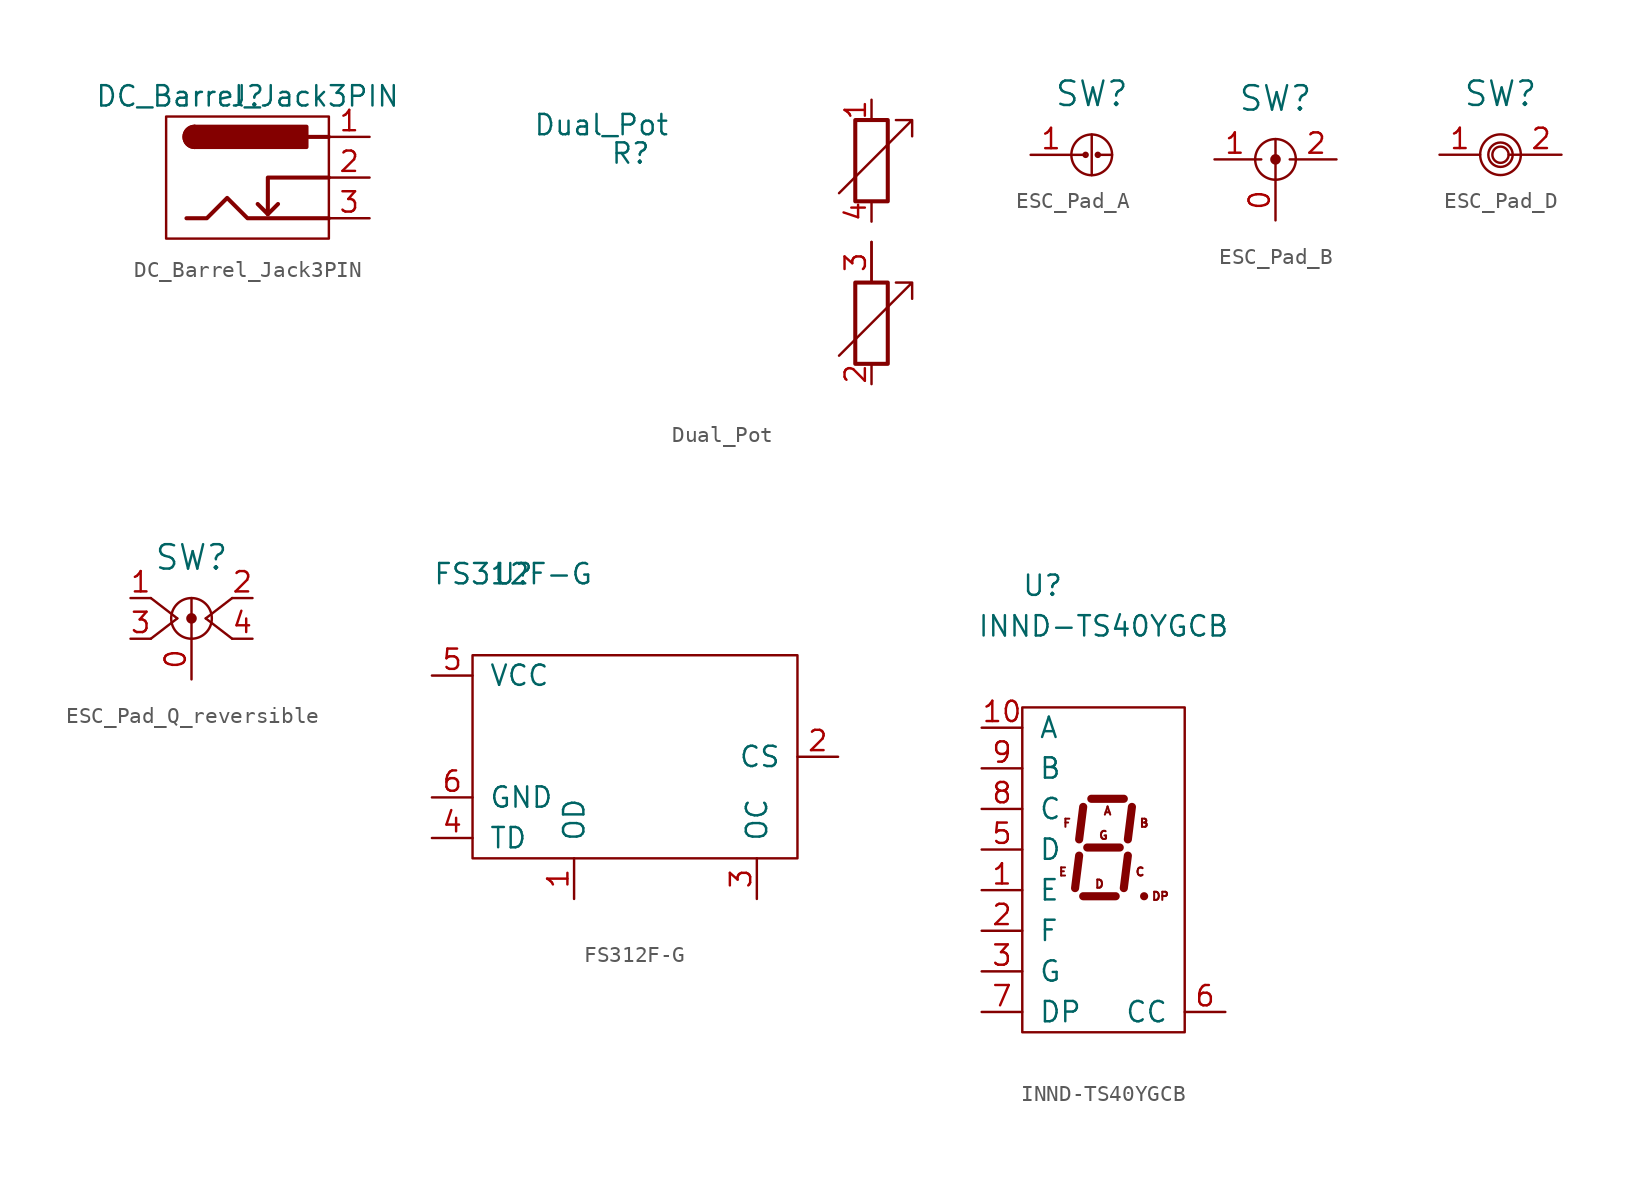
<source format=kicad_sym>
(kicad_symbol_lib
  (version 20211014)
  (generator kicad_symbol_editor)
  (symbol "DC_Barrel_Jack3PIN"
    (pin_names
      (offset 1.016))
    (property "Reference" "J"
      (at 0 0 0)
      (effects (font (size 1.27 1.27))))
    (property "Value" "DC_Barrel_Jack3PIN"
      (at 0 0 0)
      (effects (font (size 1.27 1.27))))
    (symbol "DC_Barrel_Jack3PIN_0_1"
      (rectangle (start -5.08 -1.27) (end 5.08 -8.89) (stroke (width 0) (type default) (color 0 0 0 0)) (fill (type none))))
    (symbol "DC_Barrel_Jack3PIN_1_1"
      (arc (start -3.302 -1.905) (mid -3.937 -2.54) (end -3.302 -3.175) (stroke (width 0.254) (type default) (color 0 0 0 0)) (fill (type none)))
      (arc (start -3.302 -1.905) (mid -3.937 -2.54) (end -3.302 -3.175) (stroke (width 0.254) (type default) (color 0 0 0 0)) (fill (type outline)))
      (polyline (pts (xy 1.27 -7.366) (xy 1.905 -6.731)) (stroke (width 0.254) (type default) (color 0 0 0 0)) (fill (type none)))
      (polyline (pts (xy 5.08 -2.54) (xy 3.81 -2.54)) (stroke (width 0.254) (type default) (color 0 0 0 0)) (fill (type none)))
      (polyline (pts (xy 5.08 -5.08) (xy 1.27 -5.08) (xy 1.27 -7.366) (xy 0.635 -6.731)) (stroke (width 0.254) (type default) (color 0 0 0 0)) (fill (type none)))
      (polyline (pts (xy -3.81 -7.62) (xy -2.54 -7.62) (xy -1.27 -6.35) (xy 0 -7.62) (xy 2.54 -7.62) (xy 5.08 -7.62)) (stroke (width 0.254) (type default) (color 0 0 0 0)) (fill (type none)))
      (rectangle (start 3.683 -1.905) (end -3.302 -3.175) (stroke (width 0.254) (type default) (color 0 0 0 0)) (fill (type outline)))
      (pin passive line (at 7.62 -2.54 180) (length 2.54) (name "~" (effects (font (size 1.27 1.27)))) (number "1" (effects (font (size 1.27 1.27)))))
      (pin passive line (at 7.62 -5.08 180) (length 2.54) (name "~" (effects (font (size 1.27 1.27)))) (number "2" (effects (font (size 1.27 1.27)))))
      (pin passive line (at 7.62 -7.62 180) (length 2.54) (name "~" (effects (font (size 1.27 1.27)))) (number "3" (effects (font (size 1.27 1.27)))))))
  (symbol "Dual_Pot"
    (pin_names
      (offset 1.016))
    (property "Reference" "R"
      (at 14.148 -7.163 0)
      (effects (font (size 1.27 1.27))))
    (property "Value" "Dual_Pot"
      (at 12.319 -5.385 0)
      (effects (font (size 1.27 1.27))))
    (symbol "Dual_Pot_0_0"
      (pin passive line (at 29.21 -12.7 270) (length 2.54) (name "~" (effects (font (size 1.27 1.27)))) (number "3" (effects (font (size 1.27 1.27))))))
    (symbol "Dual_Pot_0_1"
      (polyline (pts (xy 29.21 -12.7) (xy 29.21 -15.24)) (stroke (width 0) (type default) (color 0 0 0 0)) (fill (type none))))
    (symbol "Dual_Pot_1_1"
      (polyline (pts (xy 31.75 -16.256) (xy 31.75 -15.24) (xy 30.734 -15.24) (xy 31.75 -15.24) (xy 27.178 -19.812)) (stroke (width 0) (type default) (color 0 0 0 0)) (fill (type none)))
      (polyline (pts (xy 31.75 -6.096) (xy 31.75 -5.08) (xy 30.734 -5.08) (xy 31.75 -5.08) (xy 27.178 -9.652)) (stroke (width 0) (type default) (color 0 0 0 0)) (fill (type none)))
      (rectangle (start 28.194 -20.32) (end 30.226 -15.24) (stroke (width 0.254) (type default) (color 0 0 0 0)) (fill (type none)))
      (rectangle (start 28.194 -10.16) (end 30.226 -5.08) (stroke (width 0.254) (type default) (color 0 0 0 0)) (fill (type none)))
      (pin passive line (at 29.21 -3.81 270) (length 1.27) (name "~" (effects (font (size 1.27 1.27)))) (number "1" (effects (font (size 1.27 1.27)))))
      (pin passive line (at 29.21 -21.59 90) (length 1.27) (name "~" (effects (font (size 1.27 1.27)))) (number "2" (effects (font (size 1.27 1.27)))))
      (pin passive line (at 29.21 -11.43 90) (length 1.27) (name "~" (effects (font (size 1.27 1.27)))) (number "4" (effects (font (size 1.27 1.27)))))))
  (symbol "ESC_Pad_A"
    (pin_names
      (offset 1.016))
    (property "Reference" "SW"
      (at 0 3.81 0)
      (effects (font (size 1.524 1.524))))
    (symbol "ESC_Pad_A_0_1"
      (circle (center -0.381 0) (radius 0.127) (stroke (width 0) (type default) (color 0 0 0 0)) (fill (type none)))
      (polyline (pts (xy -0.381 0) (xy -1.27 0)) (stroke (width 0) (type default) (color 0 0 0 0)) (fill (type none)))
      (polyline (pts (xy 0 -1.27) (xy 0 1.27)) (stroke (width 0) (type default) (color 0 0 0 0)) (fill (type none)))
      (polyline (pts (xy 0.381 0) (xy 1.27 0)) (stroke (width 0) (type default) (color 0 0 0 0)) (fill (type none)))
      (circle (center 0 0) (radius 1.27) (stroke (width 0) (type default) (color 0 0 0 0)) (fill (type none)))
      (circle (center 0.381 0) (radius 0.127) (stroke (width 0) (type default) (color 0 0 0 0)) (fill (type none))))
    (symbol "ESC_Pad_A_1_1"
      (pin passive line (at -3.81 0 0) (length 2.54) (name "~" (effects (font (size 1.27 1.27)))) (number "1" (effects (font (size 1.27 1.27)))))))
  (symbol "ESC_Pad_B"
    (pin_names
      (offset 1.016))
    (property "Reference" "SW"
      (at 0 3.81 0)
      (effects (font (size 1.524 1.524))))
    (symbol "ESC_Pad_B_0_1"
      (polyline (pts (xy -0.889 0) (xy -1.27 0)) (stroke (width 0) (type default) (color 0 0 0 0)) (fill (type none)))
      (polyline (pts (xy 0 -1.27) (xy 0 1.27)) (stroke (width 0) (type default) (color 0 0 0 0)) (fill (type none)))
      (polyline (pts (xy 1.27 0) (xy 0.889 0)) (stroke (width 0) (type default) (color 0 0 0 0)) (fill (type none)))
      (circle (center 0 0) (radius 0.254) (stroke (width 0) (type default) (color 0 0 0 0)) (fill (type outline)))
      (circle (center 0 0) (radius 1.27) (stroke (width 0) (type default) (color 0 0 0 0)) (fill (type none))))
    (symbol "ESC_Pad_B_1_1"
      (pin passive line (at 0 -3.81 90) (length 2.54) (name "~" (effects (font (size 1.27 1.27)))) (number "0" (effects (font (size 1.27 1.27)))))
      (pin passive line (at -3.81 0 0) (length 2.54) (name "~" (effects (font (size 1.27 1.27)))) (number "1" (effects (font (size 1.27 1.27)))))
      (pin passive line (at 3.81 0 180) (length 2.54) (name "~" (effects (font (size 1.27 1.27)))) (number "2" (effects (font (size 1.27 1.27)))))))
  (symbol "ESC_Pad_D"
    (pin_names
      (offset 1.016))
    (property "Reference" "SW"
      (at 0 3.81 0)
      (effects (font (size 1.524 1.524))))
    (symbol "ESC_Pad_D_0_1"
      (polyline (pts (xy 1.27 0) (xy 0.508 0)) (stroke (width 0) (type default) (color 0 0 0 0)) (fill (type none)))
      (circle (center 0 0) (radius 0.508) (stroke (width 0) (type default) (color 0 0 0 0)) (fill (type none)))
      (circle (center 0 0) (radius 0.762) (stroke (width 0) (type default) (color 0 0 0 0)) (fill (type none)))
      (circle (center 0 0) (radius 1.27) (stroke (width 0) (type default) (color 0 0 0 0)) (fill (type none))))
    (symbol "ESC_Pad_D_1_1"
      (pin passive line (at -3.81 0 0) (length 2.54) (name "~" (effects (font (size 1.27 1.27)))) (number "1" (effects (font (size 1.27 1.27)))))
      (pin passive line (at 3.81 0 180) (length 2.54) (name "~" (effects (font (size 1.27 1.27)))) (number "2" (effects (font (size 1.27 1.27)))))))
  (symbol "ESC_Pad_Q_reversible"
    (pin_names
      (offset 1.016))
    (property "Reference" "SW"
      (at 0 3.81 0)
      (effects (font (size 1.524 1.524))))
    (symbol "ESC_Pad_Q_reversible_0_1"
      (polyline (pts (xy -2.54 -1.27) (xy -0.889 0)) (stroke (width 0) (type default) (color 0 0 0 0)) (fill (type none)))
      (polyline (pts (xy -2.54 1.27) (xy -0.889 0)) (stroke (width 0) (type default) (color 0 0 0 0)) (fill (type none)))
      (polyline (pts (xy 0 -1.27) (xy 0 1.27)) (stroke (width 0) (type default) (color 0 0 0 0)) (fill (type none)))
      (polyline (pts (xy 2.54 -1.27) (xy 0.889 0)) (stroke (width 0) (type default) (color 0 0 0 0)) (fill (type none)))
      (polyline (pts (xy 2.54 1.27) (xy 0.889 0)) (stroke (width 0) (type default) (color 0 0 0 0)) (fill (type none)))
      (circle (center 0 0) (radius 0.254) (stroke (width 0) (type default) (color 0 0 0 0)) (fill (type outline)))
      (circle (center 0 0) (radius 1.27) (stroke (width 0) (type default) (color 0 0 0 0)) (fill (type none))))
    (symbol "ESC_Pad_Q_reversible_1_1"
      (pin passive line (at 0 -3.81 90) (length 2.54) (name "~" (effects (font (size 1.27 1.27)))) (number "0" (effects (font (size 1.27 1.27)))))
      (pin passive line (at -3.81 1.27 0) (length 1.27) (name "~" (effects (font (size 1.27 1.27)))) (number "1" (effects (font (size 1.27 1.27)))))
      (pin passive line (at 3.81 1.27 180) (length 1.27) (name "~" (effects (font (size 1.27 1.27)))) (number "2" (effects (font (size 1.27 1.27)))))
      (pin passive line (at -3.81 -1.27 0) (length 1.27) (name "~" (effects (font (size 1.27 1.27)))) (number "3" (effects (font (size 1.27 1.27)))))
      (pin passive line (at 3.81 -1.27 180) (length 1.27) (name "~" (effects (font (size 1.27 1.27)))) (number "4" (effects (font (size 1.27 1.27)))))))
  (symbol "FS312F-G"
    (pin_names
      (offset 1.016))
    (property "Reference" "U"
      (at 0 0 0)
      (effects (font (size 1.27 1.27))))
    (property "Value" "FS312F-G"
      (at 0 0 0)
      (effects (font (size 1.27 1.27))))
    (symbol "FS312F-G_0_1"
      (rectangle (start -2.54 -5.08) (end 17.78 -17.78) (stroke (width 0) (type default) (color 0 0 0 0)) (fill (type none))))
    (symbol "FS312F-G_1_1"
      (pin input line (at 3.81 -20.32 90) (length 2.54) (name "OD" (effects (font (size 1.27 1.27)))) (number "1" (effects (font (size 1.27 1.27)))))
      (pin input line (at 20.32 -11.43 180) (length 2.54) (name "CS" (effects (font (size 1.27 1.27)))) (number "2" (effects (font (size 1.27 1.27)))))
      (pin input line (at 15.24 -20.32 90) (length 2.54) (name "OC" (effects (font (size 1.27 1.27)))) (number "3" (effects (font (size 1.27 1.27)))))
      (pin input line (at -5.08 -16.51 0) (length 2.54) (name "TD" (effects (font (size 1.27 1.27)))) (number "4" (effects (font (size 1.27 1.27)))))
      (pin input line (at -5.08 -6.35 0) (length 2.54) (name "VCC" (effects (font (size 1.27 1.27)))) (number "5" (effects (font (size 1.27 1.27)))))
      (pin input line (at -5.08 -13.97 0) (length 2.54) (name "GND" (effects (font (size 1.27 1.27)))) (number "6" (effects (font (size 1.27 1.27)))))))
  (symbol "INND-TS40YGCB"
    (pin_names
      (offset 1.016))
    (property "Reference" "U"
      (at -3.81 2.54 0)
      (effects (font (size 1.27 1.27))))
    (property "Value" "INND-TS40YGCB"
      (at 0 0 0)
      (effects (font (size 1.27 1.27))))
    (symbol "INND-TS40YGCB_0_1"
      (rectangle (start -5.08 -5.08) (end 5.08 -25.4) (stroke (width 0) (type default) (color 0 0 0 0)) (fill (type none))))
    (symbol "INND-TS40YGCB_1_1"
      (polyline (pts (xy -1.524 -14.351) (xy -1.778 -16.383)) (stroke (width 0.508) (type default) (color 0 0 0 0)) (fill (type none)))
      (polyline (pts (xy -1.27 -16.891) (xy 0.762 -16.891)) (stroke (width 0.508) (type default) (color 0 0 0 0)) (fill (type none)))
      (polyline (pts (xy -1.27 -11.303) (xy -1.524 -13.335)) (stroke (width 0.508) (type default) (color 0 0 0 0)) (fill (type none)))
      (polyline (pts (xy -1.016 -13.843) (xy 1.016 -13.843)) (stroke (width 0.508) (type default) (color 0 0 0 0)) (fill (type none)))
      (polyline (pts (xy -0.762 -10.795) (xy 1.27 -10.795)) (stroke (width 0.508) (type default) (color 0 0 0 0)) (fill (type none)))
      (polyline (pts (xy 1.524 -14.351) (xy 1.27 -16.383)) (stroke (width 0.508) (type default) (color 0 0 0 0)) (fill (type none)))
      (polyline (pts (xy 1.778 -11.303) (xy 1.524 -13.335)) (stroke (width 0.508) (type default) (color 0 0 0 0)) (fill (type none)))
      (polyline (pts (xy 2.54 -16.891) (xy 2.54 -16.891)) (stroke (width 0.508) (type default) (color 0 0 0 0)) (fill (type none)))
      (text "A" (at 0.254 -11.557 0) (effects (font (size 0.508 0.508))))
      (text "B" (at 2.54 -12.319 0) (effects (font (size 0.508 0.508))))
      (text "C" (at 2.286 -15.367 0) (effects (font (size 0.508 0.508))))
      (text "D" (at -0.254 -16.129 0) (effects (font (size 0.508 0.508))))
      (text "DP" (at 3.556 -16.891 0) (effects (font (size 0.508 0.508))))
      (text "E" (at -2.54 -15.367 0) (effects (font (size 0.508 0.508))))
      (text "F" (at -2.286 -12.319 0) (effects (font (size 0.508 0.508))))
      (text "G" (at 0 -13.081 0) (effects (font (size 0.508 0.508))))
      (pin input line (at -7.62 -16.51 0) (length 2.54) (name "E" (effects (font (size 1.27 1.27)))) (number "1" (effects (font (size 1.27 1.27)))))
      (pin input line (at -7.62 -6.35 0) (length 2.54) (name "A" (effects (font (size 1.27 1.27)))) (number "10" (effects (font (size 1.27 1.27)))))
      (pin input line (at -7.62 -19.05 0) (length 2.54) (name "F" (effects (font (size 1.27 1.27)))) (number "2" (effects (font (size 1.27 1.27)))))
      (pin input line (at -7.62 -21.59 0) (length 2.54) (name "G" (effects (font (size 1.27 1.27)))) (number "3" (effects (font (size 1.27 1.27)))))
      (pin input line (at -7.62 -13.97 0) (length 2.54) (name "D" (effects (font (size 1.27 1.27)))) (number "5" (effects (font (size 1.27 1.27)))))
      (pin input line (at 7.62 -24.13 180) (length 2.54) (name "CC" (effects (font (size 1.27 1.27)))) (number "6" (effects (font (size 1.27 1.27)))))
      (pin input line (at -7.62 -24.13 0) (length 2.54) (name "DP" (effects (font (size 1.27 1.27)))) (number "7" (effects (font (size 1.27 1.27)))))
      (pin input line (at -7.62 -11.43 0) (length 2.54) (name "C" (effects (font (size 1.27 1.27)))) (number "8" (effects (font (size 1.27 1.27)))))
      (pin input line (at -7.62 -8.89 0) (length 2.54) (name "B" (effects (font (size 1.27 1.27)))) (number "9" (effects (font (size 1.27 1.27))))))))
</source>
